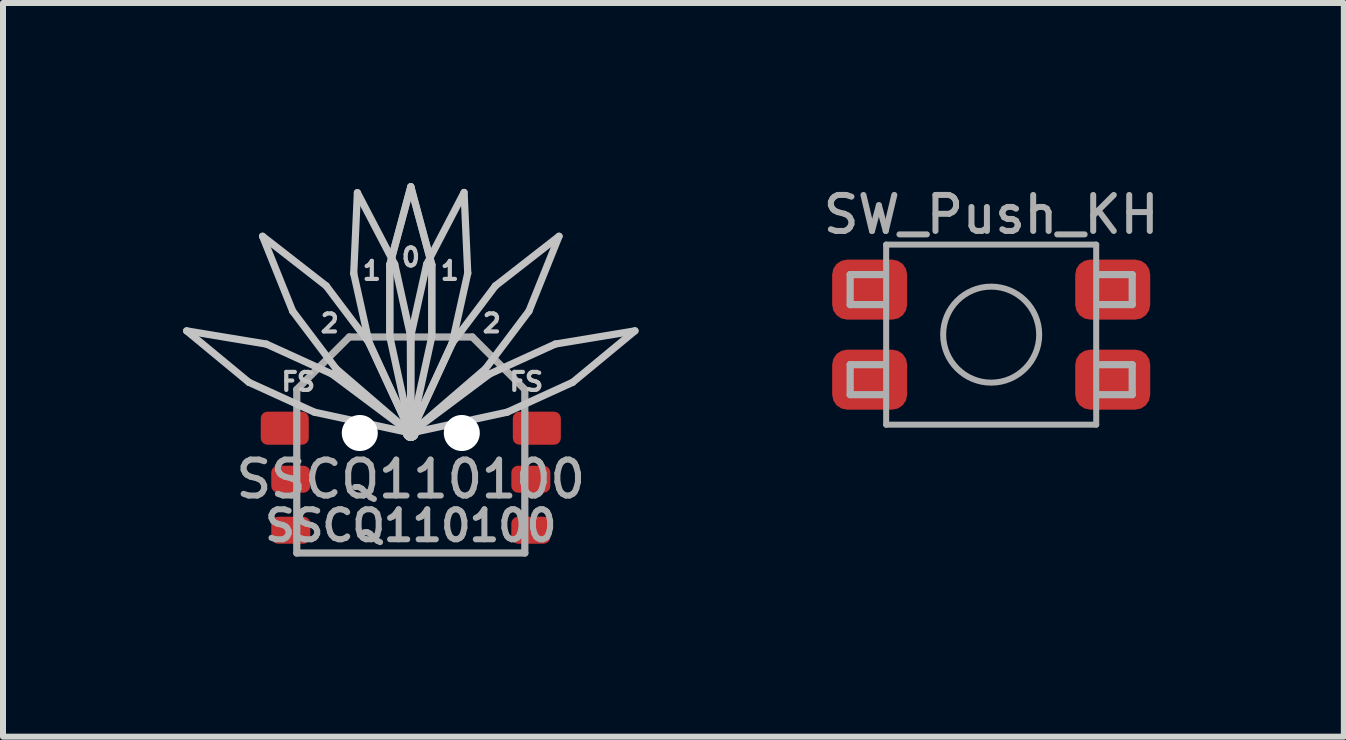
<source format=kicad_pcb>
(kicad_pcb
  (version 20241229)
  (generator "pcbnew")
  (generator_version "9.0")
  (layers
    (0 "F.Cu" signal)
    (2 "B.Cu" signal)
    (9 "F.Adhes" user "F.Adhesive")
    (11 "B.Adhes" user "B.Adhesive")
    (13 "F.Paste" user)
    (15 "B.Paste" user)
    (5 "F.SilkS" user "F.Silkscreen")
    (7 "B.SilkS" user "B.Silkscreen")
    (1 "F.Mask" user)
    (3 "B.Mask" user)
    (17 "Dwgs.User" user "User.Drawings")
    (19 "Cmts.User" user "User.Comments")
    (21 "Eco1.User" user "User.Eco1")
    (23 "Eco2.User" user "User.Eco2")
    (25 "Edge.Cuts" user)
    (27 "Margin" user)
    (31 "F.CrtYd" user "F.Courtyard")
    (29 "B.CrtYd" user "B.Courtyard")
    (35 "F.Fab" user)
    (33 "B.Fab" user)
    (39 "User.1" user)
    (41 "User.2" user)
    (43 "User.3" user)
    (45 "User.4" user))
  (footprint "SSCQ110100"
    (layer "F.Cu")
    (at 3.795 4.935)
    (property "Reference" "SSCQ110100" (at 0 0 0) (unlocked yes) (layer "F.Fab") (effects (font (size 0.6 0.6) (thickness 0.1))))
    (fp_line (start -3.735 -2.472) (end -2.407 -2.252) (stroke (width 0.12) (type solid)) (layer "Dwgs.User"))
    (fp_line (start -2.698 -1.615) (end -3.735 -2.472) (stroke (width 0.12) (type solid)) (layer "Dwgs.User"))
    (fp_line (start -2.47 -4.048) (end -1.409 -3.221) (stroke (width 0.12) (type solid)) (layer "Dwgs.User"))
    (fp_line (start -2.407 -2.252) (end -1.315 -1.754) (stroke (width 0.12) (type solid)) (layer "Dwgs.User"))
    (fp_line (start -1.968 -2.8) (end -2.47 -4.048) (stroke (width 0.12) (type solid)) (layer "Dwgs.User"))
    (fp_line (start -1.606 -1.117) (end -2.698 -1.615) (stroke (width 0.12) (type solid)) (layer "Dwgs.User"))
    (fp_line (start -1.409 -3.221) (end -0.686 -2.262) (stroke (width 0.12) (type solid)) (layer "Dwgs.User"))
    (fp_line (start -1.245 -1.841) (end -1.968 -2.8) (stroke (width 0.12) (type solid)) (layer "Dwgs.User"))
    (fp_line (start -0.951 -3.429) (end -0.89 -4.774) (stroke (width 0.12) (type solid)) (layer "Dwgs.User"))
    (fp_line (start -0.89 -4.774) (end -0.267 -3.581) (stroke (width 0.12) (type solid)) (layer "Dwgs.User"))
    (fp_line (start -0.691 -2.258) (end -0.951 -3.429) (stroke (width 0.12) (type solid)) (layer "Dwgs.User"))
    (fp_line (start -0.35 -3.575) (end 0 -4.875) (stroke (width 0.12) (type solid)) (layer "Dwgs.User"))
    (fp_line (start -0.35 -2.375) (end -0.35 -3.575) (stroke (width 0.12) (type solid)) (layer "Dwgs.User"))
    (fp_line (start -0.267 -3.581) (end -0.008 -2.409) (stroke (width 0.12) (type solid)) (layer "Dwgs.User"))
    (fp_line (start 0 -4.875) (end 0.35 -3.575) (stroke (width 0.12) (type solid)) (layer "Dwgs.User"))
    (fp_line (start 0 -0.77) (end -1.606 -1.117) (stroke (width 0.12) (type solid)) (layer "Dwgs.User"))
    (fp_line (start 0 -0.77) (end -1.315 -1.754) (stroke (width 0.12) (type solid)) (layer "Dwgs.User"))
    (fp_line (start 0 -0.77) (end -1.245 -1.841) (stroke (width 0.12) (type solid)) (layer "Dwgs.User"))
    (fp_line (start 0 -0.77) (end -0.691 -2.258) (stroke (width 0.12) (type solid)) (layer "Dwgs.User"))
    (fp_line (start 0 -0.77) (end -0.686 -2.262) (stroke (width 0.12) (type solid)) (layer "Dwgs.User"))
    (fp_line (start 0 -0.77) (end -0.35 -2.375) (stroke (width 0.12) (type solid)) (layer "Dwgs.User"))
    (fp_line (start 0 -0.77) (end -0.008 -2.409) (stroke (width 0.12) (type solid)) (layer "Dwgs.User"))
    (fp_line (start 0 -0.77) (end 0.006 -2.413) (stroke (width 0.12) (type solid)) (layer "Dwgs.User"))
    (fp_line (start 0 -0.77) (end 0.35 -2.375) (stroke (width 0.12) (type solid)) (layer "Dwgs.User"))
    (fp_line (start 0 -0.77) (end 0.686 -2.262) (stroke (width 0.12) (type solid)) (layer "Dwgs.User"))
    (fp_line (start 0 -0.77) (end 0.689 -2.261) (stroke (width 0.12) (type solid)) (layer "Dwgs.User"))
    (fp_line (start 0 -0.77) (end 1.245 -1.841) (stroke (width 0.12) (type solid)) (layer "Dwgs.User"))
    (fp_line (start 0 -0.77) (end 1.315 -1.754) (stroke (width 0.12) (type solid)) (layer "Dwgs.User"))
    (fp_line (start 0 -0.77) (end 1.606 -1.117) (stroke (width 0.12) (type solid)) (layer "Dwgs.User"))
    (fp_line (start 0.006 -2.413) (end 0.265 -3.584) (stroke (width 0.12) (type solid)) (layer "Dwgs.User"))
    (fp_line (start 0.265 -3.584) (end 0.888 -4.778) (stroke (width 0.12) (type solid)) (layer "Dwgs.User"))
    (fp_line (start 0.35 -3.575) (end 0.35 -2.375) (stroke (width 0.12) (type solid)) (layer "Dwgs.User"))
    (fp_line (start 0.686 -2.262) (end 1.409 -3.221) (stroke (width 0.12) (type solid)) (layer "Dwgs.User"))
    (fp_line (start 0.888 -4.778) (end 0.949 -3.433) (stroke (width 0.12) (type solid)) (layer "Dwgs.User"))
    (fp_line (start 0.949 -3.433) (end 0.689 -2.261) (stroke (width 0.12) (type solid)) (layer "Dwgs.User"))
    (fp_line (start 1.315 -1.754) (end 2.407 -2.252) (stroke (width 0.12) (type solid)) (layer "Dwgs.User"))
    (fp_line (start 1.409 -3.221) (end 2.47 -4.048) (stroke (width 0.12) (type solid)) (layer "Dwgs.User"))
    (fp_line (start 1.968 -2.8) (end 1.245 -1.841) (stroke (width 0.12) (type solid)) (layer "Dwgs.User"))
    (fp_line (start 2.407 -2.252) (end 3.735 -2.472) (stroke (width 0.12) (type solid)) (layer "Dwgs.User"))
    (fp_line (start 2.47 -4.048) (end 1.968 -2.8) (stroke (width 0.12) (type solid)) (layer "Dwgs.User"))
    (fp_line (start 2.698 -1.615) (end 1.606 -1.117) (stroke (width 0.12) (type solid)) (layer "Dwgs.User"))
    (fp_line (start 3.735 -2.472) (end 2.698 -1.615) (stroke (width 0.12) (type solid)) (layer "Dwgs.User"))
    (fp_circle (center 0 -0.77) (end 0.012 -0.797) (stroke (width 0.1) (type solid)) (fill no) (layer "Dwgs.User"))
    (fp_circle (center 0 -0.77) (end 0.012 -0.743) (stroke (width 0.1) (type solid)) (fill no) (layer "Dwgs.User"))
    (fp_circle (center 0 -0.77) (end 0.024 -0.788) (stroke (width 0.1) (type solid)) (fill no) (layer "Dwgs.User"))
    (fp_circle (center 0 -0.77) (end 0.024 -0.752) (stroke (width 0.1) (type solid)) (fill no) (layer "Dwgs.User"))
    (fp_circle (center 0 -0.77) (end 0.029 -0.776) (stroke (width 0.1) (type solid)) (fill no) (layer "Dwgs.User"))
    (fp_circle (center 0 -0.77) (end 0.029 -0.764) (stroke (width 0.1) (type solid)) (fill no) (layer "Dwgs.User"))
    (fp_circle (center 0 -0.77) (end 0.03 -0.77) (stroke (width 0.1) (type solid)) (fill no) (layer "Dwgs.User"))
    (fp_circle (center 0 -0.77) (end 0.03 -0.77) (stroke (width 0.1) (type solid)) (fill no) (layer "Dwgs.User"))
    (fp_line (start -1.9 1.23) (end -1.9 -1.495) (stroke (width 0.12) (type solid)) (layer "F.Fab"))
    (fp_line (start -1.025 -2.37) (end -1.9 -1.495) (stroke (width 0.12) (type solid)) (layer "F.Fab"))
    (fp_line (start -1.025 -2.37) (end 1.025 -2.37) (stroke (width 0.12) (type solid)) (layer "F.Fab"))
    (fp_line (start -0.35 -3.57) (end 0 -4.87) (stroke (width 0.12) (type solid)) (layer "F.Fab"))
    (fp_line (start -0.35 -2.37) (end -0.35 -3.57) (stroke (width 0.12) (type solid)) (layer "F.Fab"))
    (fp_line (start 0 -4.87) (end 0.35 -3.57) (stroke (width 0.12) (type solid)) (layer "F.Fab"))
    (fp_line (start 0.35 -3.57) (end 0.35 -2.37) (stroke (width 0.12) (type solid)) (layer "F.Fab"))
    (fp_line (start 1.9 -1.495) (end 1.025 -2.37) (stroke (width 0.12) (type solid)) (layer "F.Fab"))
    (fp_line (start 1.9 -1.495) (end 1.9 1.23) (stroke (width 0.12) (type solid)) (layer "F.Fab"))
    (fp_line (start 1.9 1.23) (end -1.9 1.23) (stroke (width 0.12) (type solid)) (layer "F.Fab"))
    (fp_text user "FS" (at -1.875 -1.623 0) (unlocked yes) (layer "Dwgs.User") (effects (font (size 0.3 0.3) (thickness 0.07))))
    (fp_text user "1" (at 0.65 -3.473 0) (unlocked yes) (layer "Dwgs.User") (effects (font (size 0.3 0.3) (thickness 0.07))))
    (fp_text user "2" (at -1.35 -2.598 0) (unlocked yes) (layer "Dwgs.User") (effects (font (size 0.3 0.3) (thickness 0.07))))
    (fp_text user "0" (at 0 -3.697 0) (unlocked yes) (layer "Dwgs.User") (effects (font (size 0.3 0.3) (thickness 0.07))))
    (fp_text user "FS" (at 1.925 -1.623 0) (unlocked yes) (layer "Dwgs.User") (effects (font (size 0.3 0.3) (thickness 0.07))))
    (fp_text user "2" (at 1.35 -2.598 0) (unlocked yes) (layer "Dwgs.User") (effects (font (size 0.3 0.3) (thickness 0.07))))
    (fp_text user "1" (at -0.65 -3.473 0) (unlocked yes) (layer "Dwgs.User") (effects (font (size 0.3 0.3) (thickness 0.07))))
    (fp_text user "${REFERENCE}" (at 0 0.775 0) (unlocked yes) (layer "F.Fab") (effects (font (size 0.5 0.5) (thickness 0.1))))
    (pad "" np_thru_hole circle (at -0.85 -0.77) (size 0.6 0.6) (drill 0.6) (layers "*.Cu" "*.Mask"))
    (pad "" np_thru_hole circle (at 0.85 -0.77) (size 0.6 0.6) (drill 0.6) (layers "*.Cu" "*.Mask"))
    (pad "1" smd roundrect (at -2.1 -0.85 90) (size 0.55 0.8) (layers "F.Cu" "F.Mask" "F.Paste") (roundrect_rratio 0.2))
    (pad "2" smd roundrect (at -2 0 90) (size 0.45 0.65) (layers "F.Cu" "F.Mask" "F.Paste") (roundrect_rratio 0.25))
    (pad "3" smd roundrect (at -2 0.85 90) (size 0.45 0.65) (layers "F.Cu" "F.Mask" "F.Paste") (roundrect_rratio 0.25))
    (pad "4" smd roundrect (at 2 0.85 90) (size 0.45 0.65) (layers "F.Cu" "F.Mask" "F.Paste") (roundrect_rratio 0.25))
    (pad "5" smd roundrect (at 2 0 90) (size 0.45 0.65) (layers "F.Cu" "F.Mask" "F.Paste") (roundrect_rratio 0.25))
    (pad "6" smd roundrect (at 2.1 -0.85 90) (size 0.55 0.8) (layers "F.Cu" "F.Mask" "F.Paste") (roundrect_rratio 0.2)))
  (footprint "SW_Push_KH"
    (layer "F.Cu")
    (at 13.466 2.526)
    (property "Reference" "SW_Push_KH" (at 0 -2 180) (layer "F.Fab") (effects (font (size 0.6 0.6) (thickness 0.1))))
    (attr smd)
    (fp_line (start -2.35 -1) (end -2.35 -0.5) (stroke (width 0.12) (type solid)) (layer "F.Fab"))
    (fp_line (start -2.35 -0.5) (end -1.8 -0.5) (stroke (width 0.12) (type solid)) (layer "F.Fab"))
    (fp_line (start -2.35 0.5) (end -2.35 1) (stroke (width 0.12) (type solid)) (layer "F.Fab"))
    (fp_line (start -2.35 1) (end -1.8 1) (stroke (width 0.12) (type solid)) (layer "F.Fab"))
    (fp_line (start -1.8 -1) (end -2.35 -1) (stroke (width 0.12) (type solid)) (layer "F.Fab"))
    (fp_line (start -1.8 0.5) (end -2.35 0.5) (stroke (width 0.12) (type solid)) (layer "F.Fab"))
    (fp_line (start -1.75 -1.5) (end -1.75 1.5) (stroke (width 0.1) (type solid)) (layer "F.Fab"))
    (fp_line (start -1.75 -1.5) (end 1.75 -1.5) (stroke (width 0.1) (type solid)) (layer "F.Fab"))
    (fp_line (start 1.75 -1.5) (end 1.75 1.5) (stroke (width 0.1) (type solid)) (layer "F.Fab"))
    (fp_line (start 1.75 1.5) (end -1.75 1.5) (stroke (width 0.1) (type solid)) (layer "F.Fab"))
    (fp_line (start 1.8 -0.5) (end 2.35 -0.5) (stroke (width 0.12) (type solid)) (layer "F.Fab"))
    (fp_line (start 1.8 1) (end 2.35 1) (stroke (width 0.12) (type solid)) (layer "F.Fab"))
    (fp_line (start 2.35 -1) (end 1.8 -1) (stroke (width 0.12) (type solid)) (layer "F.Fab"))
    (fp_line (start 2.35 -0.5) (end 2.35 -1) (stroke (width 0.12) (type solid)) (layer "F.Fab"))
    (fp_line (start 2.35 0.5) (end 1.8 0.5) (stroke (width 0.12) (type solid)) (layer "F.Fab"))
    (fp_line (start 2.35 1) (end 2.35 0.5) (stroke (width 0.12) (type solid)) (layer "F.Fab"))
    (fp_circle (center 0 0) (end 0 0.8) (stroke (width 0.1) (type solid)) (fill no) (layer "F.Fab"))
    (pad "1" smd roundrect (at -2.025 -0.75) (size 1.25 1) (layers "F.Cu" "F.Mask" "F.Paste") (roundrect_rratio 0.25))
    (pad "1" smd roundrect (at 2.025 -0.75) (size 1.25 1) (layers "F.Cu" "F.Mask" "F.Paste") (roundrect_rratio 0.25))
    (pad "2" smd roundrect (at -2.025 0.75) (size 1.25 1) (layers "F.Cu" "F.Mask" "F.Paste") (roundrect_rratio 0.25))
    (pad "2" smd roundrect (at 2.025 0.75) (size 1.25 1) (layers "F.Cu" "F.Mask" "F.Paste") (roundrect_rratio 0.25)))
  (gr_rect
    (start -3 -3)
    (end 19.342 9.225)
    (stroke (width 0.1) (type default))
    (fill no)
    (layer "Edge.Cuts")))
</source>
